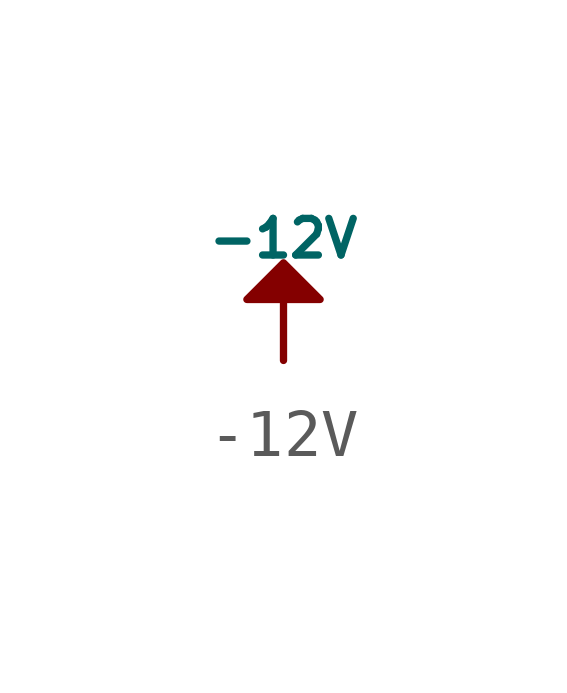
<source format=kicad_sym>
(kicad_symbol_lib
  (version 20211014)
  (generator kicad_symbol_editor)
  (symbol "-12V"
    (power)
    (pin_names
      (offset 0))
    (property "Reference" "#PWR"
      (at 0 3.302 0)
      (effects (font (size 0.508 0.508)) hide))
    (property "Value" "-12V"
      (at 0 2.54 0)
      (effects (font (size 0.762 0.762))))
    (symbol "-12V_0_0"
      (pin power_in line (at 0 0 90) (length 0) hide (name "-12V" (effects (font (size 0.508 0.508)))) (number "1" (effects (font (size 0.508 0.508))))))
    (symbol "-12V_0_1"
      (polyline (pts (xy 0 0) (xy 0 1.27) (xy 0 1.27)) (stroke (width 0) (type default) (color 0 0 0 0)) (fill (type none)))
      (polyline (pts (xy 0 2.032) (xy 0.762 1.27) (xy -0.508 1.27) (xy -0.762 1.27) (xy 0 2.032) (xy 0 2.032) (xy 0 2.032)) (stroke (width 0) (type default) (color 0 0 0 0)) (fill (type outline))))))
</source>
